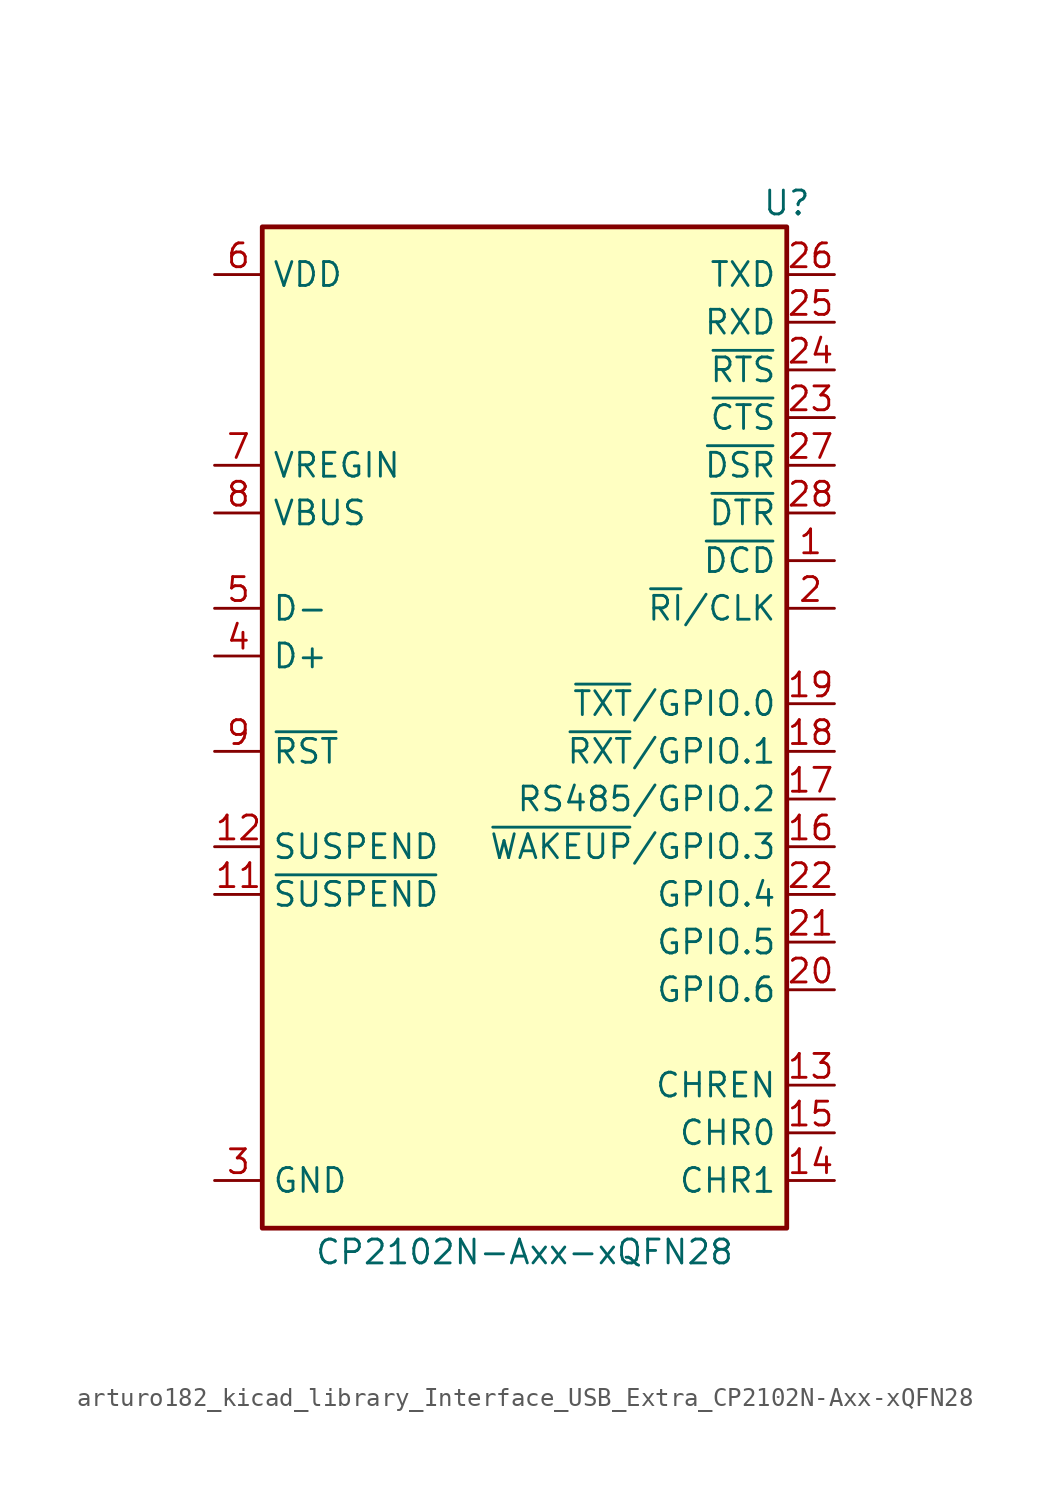
<source format=kicad_sym>
(kicad_symbol_lib
  (version 20220914)
  (generator kicad_symbol_editor)
  (symbol "arturo182_kicad_library_Interface_USB_Extra_CP2102N-Axx-xQFN28"
    (property "Reference" "U"
      (at 13.97 24.13 0)
      (effects (font (size 1.27 1.27))))
    (property "Value" "CP2102N-Axx-xQFN28"
      (at 0 -31.75 0)
      (effects (font (size 1.27 1.27))))
    (symbol "arturo182_kicad_library_Interface_USB_Extra_CP2102N-Axx-xQFN28_0_1"
      (rectangle (start -13.97 22.86) (end 13.97 -30.48) (stroke (width 0.254) (type default)) (fill (type background))))
    (symbol "arturo182_kicad_library_Interface_USB_Extra_CP2102N-Axx-xQFN28_1_1"
      (pin input line (at 16.51 5.08 180) (length 2.54) (name "~{DCD}" (effects (font (size 1.27 1.27)))) (number "1" (effects (font (size 1.27 1.27)))))
      (pin no_connect line (at -11.43 -20.32 0) (length 2.54) hide (name "NC" (effects (font (size 1.27 1.27)))) (number "10" (effects (font (size 1.27 1.27)))))
      (pin output line (at -16.51 -12.7 0) (length 2.54) (name "~{SUSPEND}" (effects (font (size 1.27 1.27)))) (number "11" (effects (font (size 1.27 1.27)))))
      (pin output line (at -16.51 -10.16 0) (length 2.54) (name "SUSPEND" (effects (font (size 1.27 1.27)))) (number "12" (effects (font (size 1.27 1.27)))))
      (pin output line (at 16.51 -22.86 180) (length 2.54) (name "CHREN" (effects (font (size 1.27 1.27)))) (number "13" (effects (font (size 1.27 1.27)))))
      (pin output line (at 16.51 -27.94 180) (length 2.54) (name "CHR1" (effects (font (size 1.27 1.27)))) (number "14" (effects (font (size 1.27 1.27)))))
      (pin output line (at 16.51 -25.4 180) (length 2.54) (name "CHR0" (effects (font (size 1.27 1.27)))) (number "15" (effects (font (size 1.27 1.27)))))
      (pin bidirectional line (at 16.51 -10.16 180) (length 2.54) (name "~{WAKEUP}/GPIO.3" (effects (font (size 1.27 1.27)))) (number "16" (effects (font (size 1.27 1.27)))))
      (pin bidirectional line (at 16.51 -7.62 180) (length 2.54) (name "RS485/GPIO.2" (effects (font (size 1.27 1.27)))) (number "17" (effects (font (size 1.27 1.27)))))
      (pin bidirectional line (at 16.51 -5.08 180) (length 2.54) (name "~{RXT}/GPIO.1" (effects (font (size 1.27 1.27)))) (number "18" (effects (font (size 1.27 1.27)))))
      (pin bidirectional line (at 16.51 -2.54 180) (length 2.54) (name "~{TXT}/GPIO.0" (effects (font (size 1.27 1.27)))) (number "19" (effects (font (size 1.27 1.27)))))
      (pin bidirectional line (at 16.51 2.54 180) (length 2.54) (name "~{RI}/CLK" (effects (font (size 1.27 1.27)))) (number "2" (effects (font (size 1.27 1.27)))))
      (pin bidirectional line (at 16.51 -17.78 180) (length 2.54) (name "GPIO.6" (effects (font (size 1.27 1.27)))) (number "20" (effects (font (size 1.27 1.27)))))
      (pin bidirectional line (at 16.51 -15.24 180) (length 2.54) (name "GPIO.5" (effects (font (size 1.27 1.27)))) (number "21" (effects (font (size 1.27 1.27)))))
      (pin bidirectional line (at 16.51 -12.7 180) (length 2.54) (name "GPIO.4" (effects (font (size 1.27 1.27)))) (number "22" (effects (font (size 1.27 1.27)))))
      (pin input line (at 16.51 12.7 180) (length 2.54) (name "~{CTS}" (effects (font (size 1.27 1.27)))) (number "23" (effects (font (size 1.27 1.27)))))
      (pin output line (at 16.51 15.24 180) (length 2.54) (name "~{RTS}" (effects (font (size 1.27 1.27)))) (number "24" (effects (font (size 1.27 1.27)))))
      (pin input line (at 16.51 17.78 180) (length 2.54) (name "RXD" (effects (font (size 1.27 1.27)))) (number "25" (effects (font (size 1.27 1.27)))))
      (pin output line (at 16.51 20.32 180) (length 2.54) (name "TXD" (effects (font (size 1.27 1.27)))) (number "26" (effects (font (size 1.27 1.27)))))
      (pin input line (at 16.51 10.16 180) (length 2.54) (name "~{DSR}" (effects (font (size 1.27 1.27)))) (number "27" (effects (font (size 1.27 1.27)))))
      (pin output line (at 16.51 7.62 180) (length 2.54) (name "~{DTR}" (effects (font (size 1.27 1.27)))) (number "28" (effects (font (size 1.27 1.27)))))
      (pin passive line (at -16.51 -27.94 0) (length 2.54) hide (name "GND" (effects (font (size 1.27 1.27)))) (number "29" (effects (font (size 1.27 1.27)))))
      (pin power_in line (at -16.51 -27.94 0) (length 2.54) (name "GND" (effects (font (size 1.27 1.27)))) (number "3" (effects (font (size 1.27 1.27)))))
      (pin bidirectional line (at -16.51 0 0) (length 2.54) (name "D+" (effects (font (size 1.27 1.27)))) (number "4" (effects (font (size 1.27 1.27)))))
      (pin bidirectional line (at -16.51 2.54 0) (length 2.54) (name "D-" (effects (font (size 1.27 1.27)))) (number "5" (effects (font (size 1.27 1.27)))))
      (pin power_in line (at -16.51 20.32 0) (length 2.54) (name "VDD" (effects (font (size 1.27 1.27)))) (number "6" (effects (font (size 1.27 1.27)))))
      (pin power_in line (at -16.51 10.16 0) (length 2.54) (name "VREGIN" (effects (font (size 1.27 1.27)))) (number "7" (effects (font (size 1.27 1.27)))))
      (pin input line (at -16.51 7.62 0) (length 2.54) (name "VBUS" (effects (font (size 1.27 1.27)))) (number "8" (effects (font (size 1.27 1.27)))))
      (pin input line (at -16.51 -5.08 0) (length 2.54) (name "~{RST}" (effects (font (size 1.27 1.27)))) (number "9" (effects (font (size 1.27 1.27))))))))
</source>
